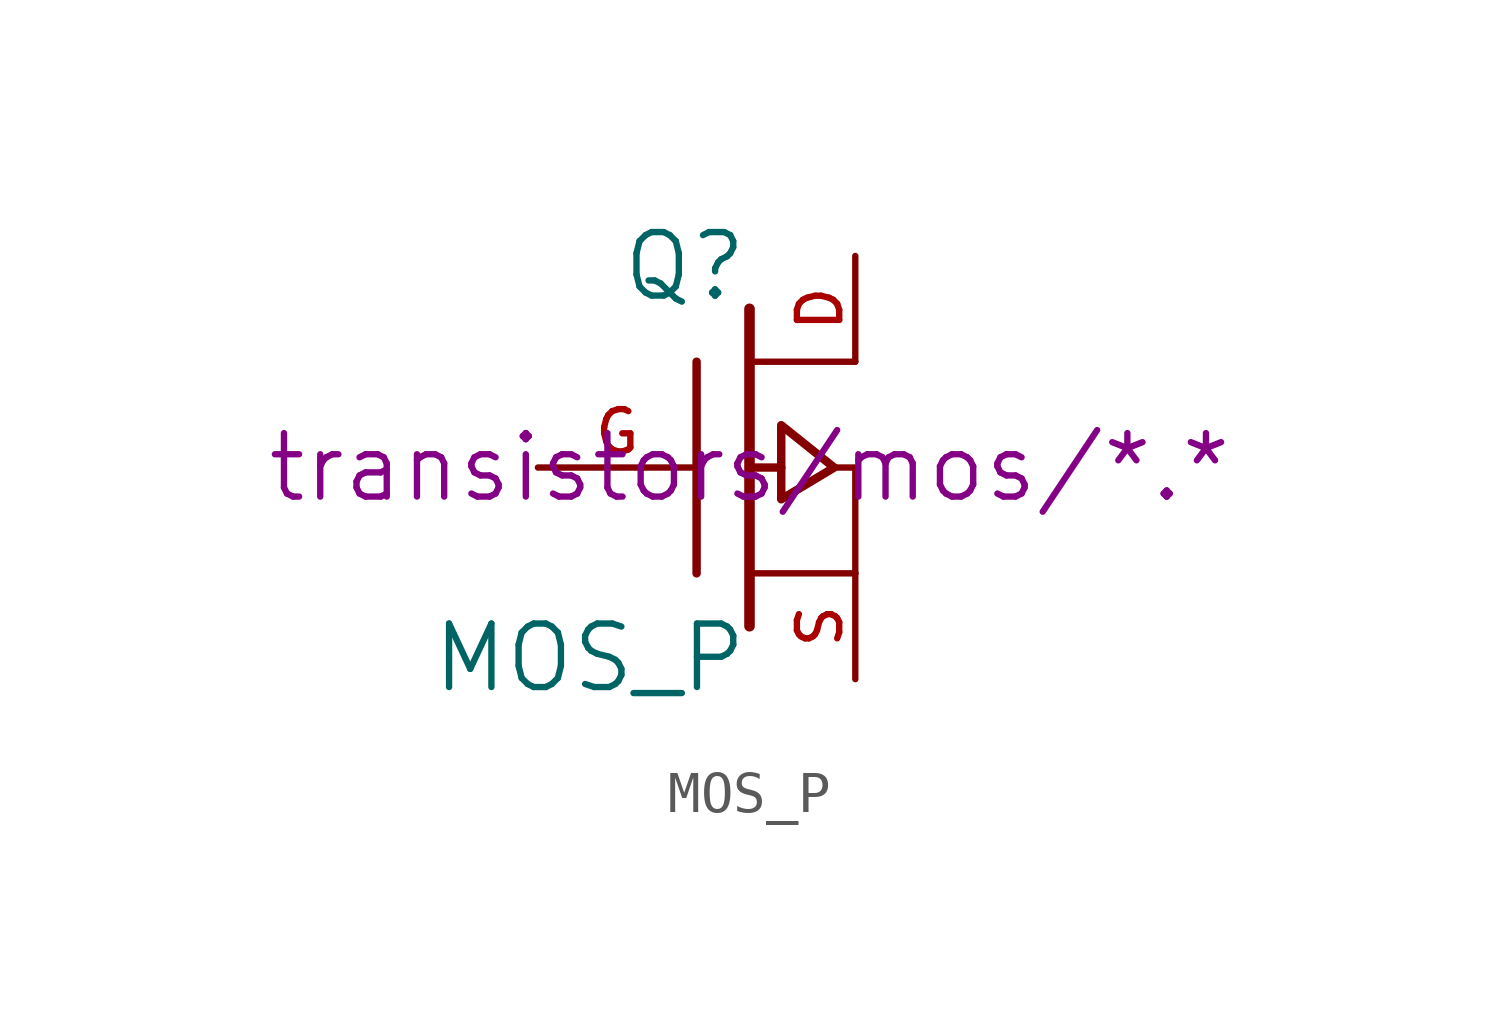
<source format=kicad_sym>
(kicad_symbol_lib
  (version 20211014)
  (generator kicad_symbol_editor)
  (symbol "MOS_P"
    (pin_names
      (offset 1.016) hide)
    (property "Reference" "Q"
      (at 0 4.826 0)
      (effects (font (size 1.524 1.524)) (justify right)))
    (property "Value" "MOS_P"
      (at 0 -4.572 0)
      (effects (font (size 1.524 1.524)) (justify right)))
    (property "Footprint" ""
      (at 0 0 0)
      (effects (font (size 1.524 1.524))))
    (property "Datasheet" "transistors/mos/*.*"
      (at 0 0 0)
      (effects (font (size 1.524 1.524))))
    (symbol "MOS_P_0_1"
      (polyline (pts (xy -1.27 -2.54) (xy -1.27 2.54)) (stroke (width 0.203) (type default) (color 0 0 0 0)) (fill (type none)))
      (polyline (pts (xy 0 -3.81) (xy 0 3.81)) (stroke (width 0.254) (type default) (color 0 0 0 0)) (fill (type none)))
      (polyline (pts (xy 0.762 0) (xy 0 0)) (stroke (width 0.203) (type default) (color 0 0 0 0)) (fill (type none)))
      (polyline (pts (xy 2.54 -2.54) (xy 0 -2.54)) (stroke (width 0) (type default) (color 0 0 0 0)) (fill (type none)))
      (polyline (pts (xy 2.54 2.54) (xy 0 2.54)) (stroke (width 0) (type default) (color 0 0 0 0)) (fill (type none)))
      (polyline (pts (xy 2.032 0) (xy 2.54 0) (xy 2.54 -2.54)) (stroke (width 0) (type default) (color 0 0 0 0)) (fill (type none)))
      (polyline (pts (xy 0.762 1.016) (xy 0.762 -0.762) (xy 2.032 0) (xy 0.762 1.016) (xy 0.762 1.016)) (stroke (width 0.203) (type default) (color 0 0 0 0)) (fill (type none))))
    (symbol "MOS_P_1_1"
      (pin passive line (at 2.54 5.08 270) (length 2.54) (name "D" (effects (font (size 1.016 1.016)))) (number "D" (effects (font (size 1.016 1.016)))))
      (pin input line (at -5.08 0 0) (length 3.81) (name "G" (effects (font (size 1.016 1.016)))) (number "G" (effects (font (size 1.016 1.016)))))
      (pin passive line (at 2.54 -5.08 90) (length 2.54) (name "S" (effects (font (size 1.016 1.016)))) (number "S" (effects (font (size 1.016 1.016))))))))
</source>
